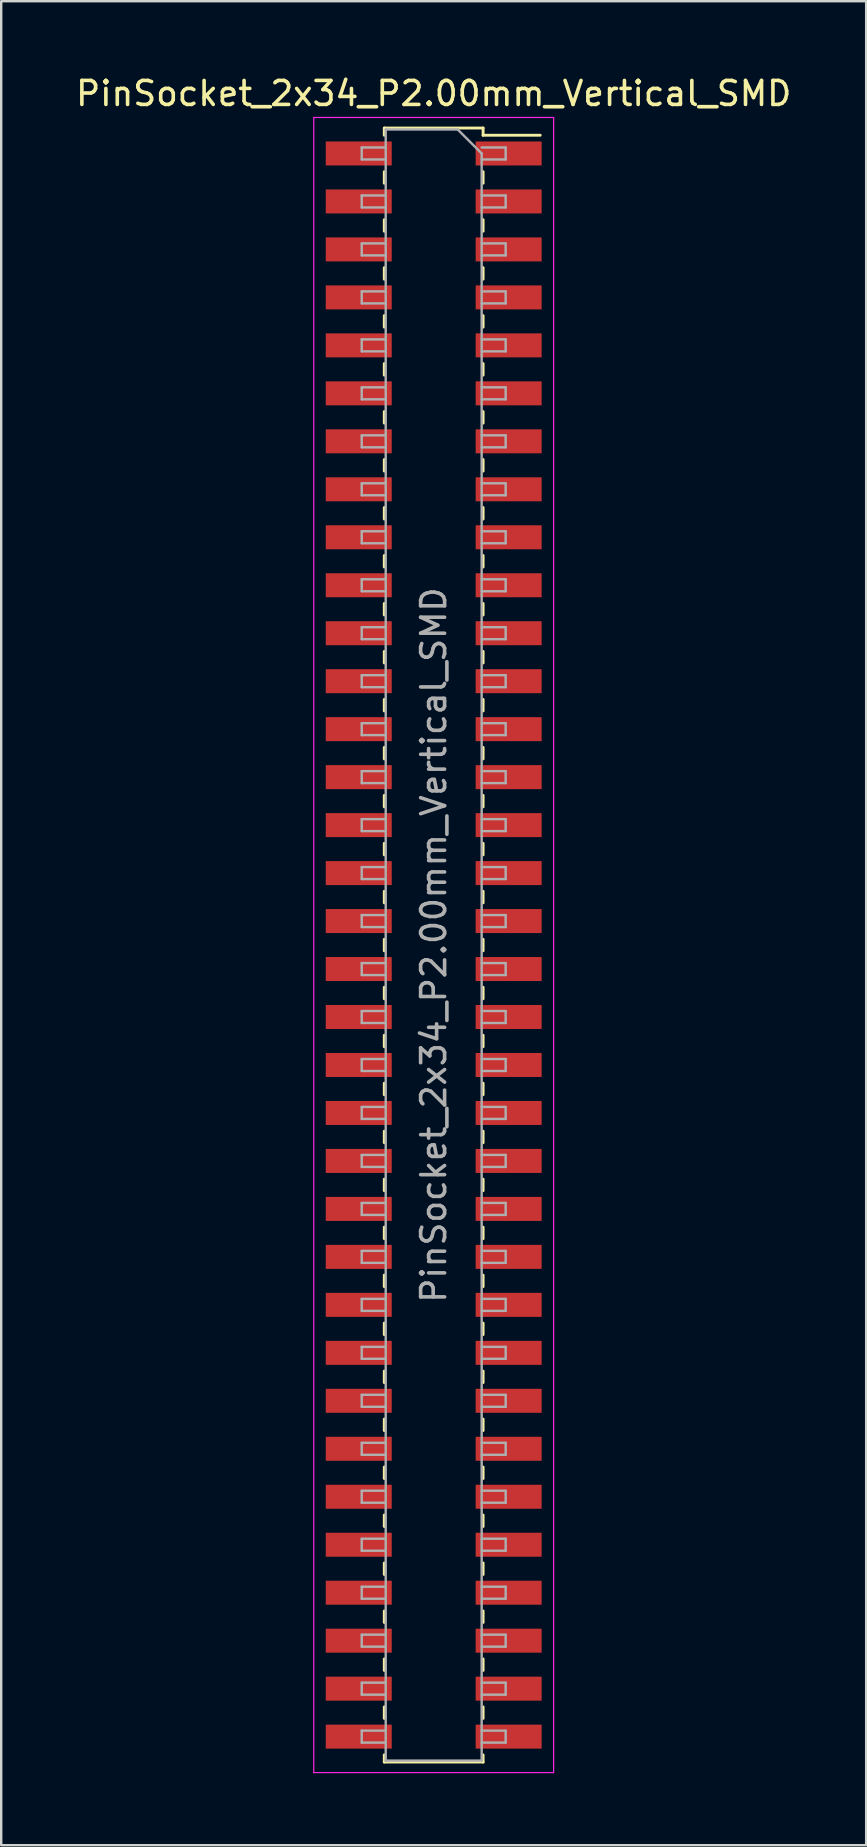
<source format=kicad_pcb>
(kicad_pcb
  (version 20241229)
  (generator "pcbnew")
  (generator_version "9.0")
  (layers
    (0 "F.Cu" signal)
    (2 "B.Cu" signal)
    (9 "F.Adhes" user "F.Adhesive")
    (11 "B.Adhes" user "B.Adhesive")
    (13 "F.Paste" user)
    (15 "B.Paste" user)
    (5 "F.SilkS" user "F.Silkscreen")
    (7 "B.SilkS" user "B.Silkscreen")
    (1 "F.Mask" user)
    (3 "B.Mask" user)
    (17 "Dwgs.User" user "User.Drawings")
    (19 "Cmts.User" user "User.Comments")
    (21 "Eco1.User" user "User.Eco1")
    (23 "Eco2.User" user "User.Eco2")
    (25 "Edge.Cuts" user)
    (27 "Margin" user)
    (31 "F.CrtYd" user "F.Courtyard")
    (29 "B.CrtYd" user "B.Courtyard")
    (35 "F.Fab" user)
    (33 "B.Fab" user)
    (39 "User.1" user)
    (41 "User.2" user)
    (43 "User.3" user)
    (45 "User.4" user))
  (footprint "PinSocket_2x34_P2.00mm_Vertical_SMD"
    (layer "F.Cu")
    (at 15.03 36.348)
    (property "Reference" "PinSocket_2x34_P2.00mm_Vertical_SMD" (at 0 -35.5 0) (layer "F.SilkS") (effects (font (size 1 1) (thickness 0.15))))
    (attr smd)
    (fp_line (start -2.06 -34.06) (end -2.06 -33.76) (stroke (width 0.12) (type solid)) (layer "F.SilkS"))
    (fp_line (start -2.06 -34.06) (end 2.06 -34.06) (stroke (width 0.12) (type solid)) (layer "F.SilkS"))
    (fp_line (start -2.06 -32.24) (end -2.06 -31.76) (stroke (width 0.12) (type solid)) (layer "F.SilkS"))
    (fp_line (start -2.06 -30.24) (end -2.06 -29.76) (stroke (width 0.12) (type solid)) (layer "F.SilkS"))
    (fp_line (start -2.06 -28.24) (end -2.06 -27.76) (stroke (width 0.12) (type solid)) (layer "F.SilkS"))
    (fp_line (start -2.06 -26.24) (end -2.06 -25.76) (stroke (width 0.12) (type solid)) (layer "F.SilkS"))
    (fp_line (start -2.06 -24.24) (end -2.06 -23.76) (stroke (width 0.12) (type solid)) (layer "F.SilkS"))
    (fp_line (start -2.06 -22.24) (end -2.06 -21.76) (stroke (width 0.12) (type solid)) (layer "F.SilkS"))
    (fp_line (start -2.06 -20.24) (end -2.06 -19.76) (stroke (width 0.12) (type solid)) (layer "F.SilkS"))
    (fp_line (start -2.06 -18.24) (end -2.06 -17.76) (stroke (width 0.12) (type solid)) (layer "F.SilkS"))
    (fp_line (start -2.06 -16.24) (end -2.06 -15.76) (stroke (width 0.12) (type solid)) (layer "F.SilkS"))
    (fp_line (start -2.06 -14.24) (end -2.06 -13.76) (stroke (width 0.12) (type solid)) (layer "F.SilkS"))
    (fp_line (start -2.06 -12.24) (end -2.06 -11.76) (stroke (width 0.12) (type solid)) (layer "F.SilkS"))
    (fp_line (start -2.06 -10.24) (end -2.06 -9.76) (stroke (width 0.12) (type solid)) (layer "F.SilkS"))
    (fp_line (start -2.06 -8.24) (end -2.06 -7.76) (stroke (width 0.12) (type solid)) (layer "F.SilkS"))
    (fp_line (start -2.06 -6.24) (end -2.06 -5.76) (stroke (width 0.12) (type solid)) (layer "F.SilkS"))
    (fp_line (start -2.06 -4.24) (end -2.06 -3.76) (stroke (width 0.12) (type solid)) (layer "F.SilkS"))
    (fp_line (start -2.06 -2.24) (end -2.06 -1.76) (stroke (width 0.12) (type solid)) (layer "F.SilkS"))
    (fp_line (start -2.06 -0.24) (end -2.06 0.24) (stroke (width 0.12) (type solid)) (layer "F.SilkS"))
    (fp_line (start -2.06 1.76) (end -2.06 2.24) (stroke (width 0.12) (type solid)) (layer "F.SilkS"))
    (fp_line (start -2.06 3.76) (end -2.06 4.24) (stroke (width 0.12) (type solid)) (layer "F.SilkS"))
    (fp_line (start -2.06 5.76) (end -2.06 6.24) (stroke (width 0.12) (type solid)) (layer "F.SilkS"))
    (fp_line (start -2.06 7.76) (end -2.06 8.24) (stroke (width 0.12) (type solid)) (layer "F.SilkS"))
    (fp_line (start -2.06 9.76) (end -2.06 10.24) (stroke (width 0.12) (type solid)) (layer "F.SilkS"))
    (fp_line (start -2.06 11.76) (end -2.06 12.24) (stroke (width 0.12) (type solid)) (layer "F.SilkS"))
    (fp_line (start -2.06 13.76) (end -2.06 14.24) (stroke (width 0.12) (type solid)) (layer "F.SilkS"))
    (fp_line (start -2.06 15.76) (end -2.06 16.24) (stroke (width 0.12) (type solid)) (layer "F.SilkS"))
    (fp_line (start -2.06 17.76) (end -2.06 18.24) (stroke (width 0.12) (type solid)) (layer "F.SilkS"))
    (fp_line (start -2.06 19.76) (end -2.06 20.24) (stroke (width 0.12) (type solid)) (layer "F.SilkS"))
    (fp_line (start -2.06 21.76) (end -2.06 22.24) (stroke (width 0.12) (type solid)) (layer "F.SilkS"))
    (fp_line (start -2.06 23.76) (end -2.06 24.24) (stroke (width 0.12) (type solid)) (layer "F.SilkS"))
    (fp_line (start -2.06 25.76) (end -2.06 26.24) (stroke (width 0.12) (type solid)) (layer "F.SilkS"))
    (fp_line (start -2.06 27.76) (end -2.06 28.24) (stroke (width 0.12) (type solid)) (layer "F.SilkS"))
    (fp_line (start -2.06 29.76) (end -2.06 30.24) (stroke (width 0.12) (type solid)) (layer "F.SilkS"))
    (fp_line (start -2.06 31.76) (end -2.06 32.24) (stroke (width 0.12) (type solid)) (layer "F.SilkS"))
    (fp_line (start -2.06 33.76) (end -2.06 34.06) (stroke (width 0.12) (type solid)) (layer "F.SilkS"))
    (fp_line (start -2.06 34.06) (end 2.06 34.06) (stroke (width 0.12) (type solid)) (layer "F.SilkS"))
    (fp_line (start 2.06 -34.06) (end 2.06 -33.76) (stroke (width 0.12) (type solid)) (layer "F.SilkS"))
    (fp_line (start 2.06 -33.76) (end 4.44 -33.76) (stroke (width 0.12) (type solid)) (layer "F.SilkS"))
    (fp_line (start 2.06 -32.24) (end 2.06 -31.76) (stroke (width 0.12) (type solid)) (layer "F.SilkS"))
    (fp_line (start 2.06 -30.24) (end 2.06 -29.76) (stroke (width 0.12) (type solid)) (layer "F.SilkS"))
    (fp_line (start 2.06 -28.24) (end 2.06 -27.76) (stroke (width 0.12) (type solid)) (layer "F.SilkS"))
    (fp_line (start 2.06 -26.24) (end 2.06 -25.76) (stroke (width 0.12) (type solid)) (layer "F.SilkS"))
    (fp_line (start 2.06 -24.24) (end 2.06 -23.76) (stroke (width 0.12) (type solid)) (layer "F.SilkS"))
    (fp_line (start 2.06 -22.24) (end 2.06 -21.76) (stroke (width 0.12) (type solid)) (layer "F.SilkS"))
    (fp_line (start 2.06 -20.24) (end 2.06 -19.76) (stroke (width 0.12) (type solid)) (layer "F.SilkS"))
    (fp_line (start 2.06 -18.24) (end 2.06 -17.76) (stroke (width 0.12) (type solid)) (layer "F.SilkS"))
    (fp_line (start 2.06 -16.24) (end 2.06 -15.76) (stroke (width 0.12) (type solid)) (layer "F.SilkS"))
    (fp_line (start 2.06 -14.24) (end 2.06 -13.76) (stroke (width 0.12) (type solid)) (layer "F.SilkS"))
    (fp_line (start 2.06 -12.24) (end 2.06 -11.76) (stroke (width 0.12) (type solid)) (layer "F.SilkS"))
    (fp_line (start 2.06 -10.24) (end 2.06 -9.76) (stroke (width 0.12) (type solid)) (layer "F.SilkS"))
    (fp_line (start 2.06 -8.24) (end 2.06 -7.76) (stroke (width 0.12) (type solid)) (layer "F.SilkS"))
    (fp_line (start 2.06 -6.24) (end 2.06 -5.76) (stroke (width 0.12) (type solid)) (layer "F.SilkS"))
    (fp_line (start 2.06 -4.24) (end 2.06 -3.76) (stroke (width 0.12) (type solid)) (layer "F.SilkS"))
    (fp_line (start 2.06 -2.24) (end 2.06 -1.76) (stroke (width 0.12) (type solid)) (layer "F.SilkS"))
    (fp_line (start 2.06 -0.24) (end 2.06 0.24) (stroke (width 0.12) (type solid)) (layer "F.SilkS"))
    (fp_line (start 2.06 1.76) (end 2.06 2.24) (stroke (width 0.12) (type solid)) (layer "F.SilkS"))
    (fp_line (start 2.06 3.76) (end 2.06 4.24) (stroke (width 0.12) (type solid)) (layer "F.SilkS"))
    (fp_line (start 2.06 5.76) (end 2.06 6.24) (stroke (width 0.12) (type solid)) (layer "F.SilkS"))
    (fp_line (start 2.06 7.76) (end 2.06 8.24) (stroke (width 0.12) (type solid)) (layer "F.SilkS"))
    (fp_line (start 2.06 9.76) (end 2.06 10.24) (stroke (width 0.12) (type solid)) (layer "F.SilkS"))
    (fp_line (start 2.06 11.76) (end 2.06 12.24) (stroke (width 0.12) (type solid)) (layer "F.SilkS"))
    (fp_line (start 2.06 13.76) (end 2.06 14.24) (stroke (width 0.12) (type solid)) (layer "F.SilkS"))
    (fp_line (start 2.06 15.76) (end 2.06 16.24) (stroke (width 0.12) (type solid)) (layer "F.SilkS"))
    (fp_line (start 2.06 17.76) (end 2.06 18.24) (stroke (width 0.12) (type solid)) (layer "F.SilkS"))
    (fp_line (start 2.06 19.76) (end 2.06 20.24) (stroke (width 0.12) (type solid)) (layer "F.SilkS"))
    (fp_line (start 2.06 21.76) (end 2.06 22.24) (stroke (width 0.12) (type solid)) (layer "F.SilkS"))
    (fp_line (start 2.06 23.76) (end 2.06 24.24) (stroke (width 0.12) (type solid)) (layer "F.SilkS"))
    (fp_line (start 2.06 25.76) (end 2.06 26.24) (stroke (width 0.12) (type solid)) (layer "F.SilkS"))
    (fp_line (start 2.06 27.76) (end 2.06 28.24) (stroke (width 0.12) (type solid)) (layer "F.SilkS"))
    (fp_line (start 2.06 29.76) (end 2.06 30.24) (stroke (width 0.12) (type solid)) (layer "F.SilkS"))
    (fp_line (start 2.06 31.76) (end 2.06 32.24) (stroke (width 0.12) (type solid)) (layer "F.SilkS"))
    (fp_line (start 2.06 33.76) (end 2.06 34.06) (stroke (width 0.12) (type solid)) (layer "F.SilkS"))
    (fp_line (start -5 -34.5) (end 5 -34.5) (stroke (width 0.05) (type solid)) (layer "F.CrtYd"))
    (fp_line (start -5 34.5) (end -5 -34.5) (stroke (width 0.05) (type solid)) (layer "F.CrtYd"))
    (fp_line (start 5 -34.5) (end 5 34.5) (stroke (width 0.05) (type solid)) (layer "F.CrtYd"))
    (fp_line (start 5 34.5) (end -5 34.5) (stroke (width 0.05) (type solid)) (layer "F.CrtYd"))
    (fp_line (start -3 -33.25) (end -2 -33.25) (stroke (width 0.1) (type solid)) (layer "F.Fab"))
    (fp_line (start -3 -32.75) (end -3 -33.25) (stroke (width 0.1) (type solid)) (layer "F.Fab"))
    (fp_line (start -3 -31.25) (end -2 -31.25) (stroke (width 0.1) (type solid)) (layer "F.Fab"))
    (fp_line (start -3 -30.75) (end -3 -31.25) (stroke (width 0.1) (type solid)) (layer "F.Fab"))
    (fp_line (start -3 -29.25) (end -2 -29.25) (stroke (width 0.1) (type solid)) (layer "F.Fab"))
    (fp_line (start -3 -28.75) (end -3 -29.25) (stroke (width 0.1) (type solid)) (layer "F.Fab"))
    (fp_line (start -3 -27.25) (end -2 -27.25) (stroke (width 0.1) (type solid)) (layer "F.Fab"))
    (fp_line (start -3 -26.75) (end -3 -27.25) (stroke (width 0.1) (type solid)) (layer "F.Fab"))
    (fp_line (start -3 -25.25) (end -2 -25.25) (stroke (width 0.1) (type solid)) (layer "F.Fab"))
    (fp_line (start -3 -24.75) (end -3 -25.25) (stroke (width 0.1) (type solid)) (layer "F.Fab"))
    (fp_line (start -3 -23.25) (end -2 -23.25) (stroke (width 0.1) (type solid)) (layer "F.Fab"))
    (fp_line (start -3 -22.75) (end -3 -23.25) (stroke (width 0.1) (type solid)) (layer "F.Fab"))
    (fp_line (start -3 -21.25) (end -2 -21.25) (stroke (width 0.1) (type solid)) (layer "F.Fab"))
    (fp_line (start -3 -20.75) (end -3 -21.25) (stroke (width 0.1) (type solid)) (layer "F.Fab"))
    (fp_line (start -3 -19.25) (end -2 -19.25) (stroke (width 0.1) (type solid)) (layer "F.Fab"))
    (fp_line (start -3 -18.75) (end -3 -19.25) (stroke (width 0.1) (type solid)) (layer "F.Fab"))
    (fp_line (start -3 -17.25) (end -2 -17.25) (stroke (width 0.1) (type solid)) (layer "F.Fab"))
    (fp_line (start -3 -16.75) (end -3 -17.25) (stroke (width 0.1) (type solid)) (layer "F.Fab"))
    (fp_line (start -3 -15.25) (end -2 -15.25) (stroke (width 0.1) (type solid)) (layer "F.Fab"))
    (fp_line (start -3 -14.75) (end -3 -15.25) (stroke (width 0.1) (type solid)) (layer "F.Fab"))
    (fp_line (start -3 -13.25) (end -2 -13.25) (stroke (width 0.1) (type solid)) (layer "F.Fab"))
    (fp_line (start -3 -12.75) (end -3 -13.25) (stroke (width 0.1) (type solid)) (layer "F.Fab"))
    (fp_line (start -3 -11.25) (end -2 -11.25) (stroke (width 0.1) (type solid)) (layer "F.Fab"))
    (fp_line (start -3 -10.75) (end -3 -11.25) (stroke (width 0.1) (type solid)) (layer "F.Fab"))
    (fp_line (start -3 -9.25) (end -2 -9.25) (stroke (width 0.1) (type solid)) (layer "F.Fab"))
    (fp_line (start -3 -8.75) (end -3 -9.25) (stroke (width 0.1) (type solid)) (layer "F.Fab"))
    (fp_line (start -3 -7.25) (end -2 -7.25) (stroke (width 0.1) (type solid)) (layer "F.Fab"))
    (fp_line (start -3 -6.75) (end -3 -7.25) (stroke (width 0.1) (type solid)) (layer "F.Fab"))
    (fp_line (start -3 -5.25) (end -2 -5.25) (stroke (width 0.1) (type solid)) (layer "F.Fab"))
    (fp_line (start -3 -4.75) (end -3 -5.25) (stroke (width 0.1) (type solid)) (layer "F.Fab"))
    (fp_line (start -3 -3.25) (end -2 -3.25) (stroke (width 0.1) (type solid)) (layer "F.Fab"))
    (fp_line (start -3 -2.75) (end -3 -3.25) (stroke (width 0.1) (type solid)) (layer "F.Fab"))
    (fp_line (start -3 -1.25) (end -2 -1.25) (stroke (width 0.1) (type solid)) (layer "F.Fab"))
    (fp_line (start -3 -0.75) (end -3 -1.25) (stroke (width 0.1) (type solid)) (layer "F.Fab"))
    (fp_line (start -3 0.75) (end -2 0.75) (stroke (width 0.1) (type solid)) (layer "F.Fab"))
    (fp_line (start -3 1.25) (end -3 0.75) (stroke (width 0.1) (type solid)) (layer "F.Fab"))
    (fp_line (start -3 2.75) (end -2 2.75) (stroke (width 0.1) (type solid)) (layer "F.Fab"))
    (fp_line (start -3 3.25) (end -3 2.75) (stroke (width 0.1) (type solid)) (layer "F.Fab"))
    (fp_line (start -3 4.75) (end -2 4.75) (stroke (width 0.1) (type solid)) (layer "F.Fab"))
    (fp_line (start -3 5.25) (end -3 4.75) (stroke (width 0.1) (type solid)) (layer "F.Fab"))
    (fp_line (start -3 6.75) (end -2 6.75) (stroke (width 0.1) (type solid)) (layer "F.Fab"))
    (fp_line (start -3 7.25) (end -3 6.75) (stroke (width 0.1) (type solid)) (layer "F.Fab"))
    (fp_line (start -3 8.75) (end -2 8.75) (stroke (width 0.1) (type solid)) (layer "F.Fab"))
    (fp_line (start -3 9.25) (end -3 8.75) (stroke (width 0.1) (type solid)) (layer "F.Fab"))
    (fp_line (start -3 10.75) (end -2 10.75) (stroke (width 0.1) (type solid)) (layer "F.Fab"))
    (fp_line (start -3 11.25) (end -3 10.75) (stroke (width 0.1) (type solid)) (layer "F.Fab"))
    (fp_line (start -3 12.75) (end -2 12.75) (stroke (width 0.1) (type solid)) (layer "F.Fab"))
    (fp_line (start -3 13.25) (end -3 12.75) (stroke (width 0.1) (type solid)) (layer "F.Fab"))
    (fp_line (start -3 14.75) (end -2 14.75) (stroke (width 0.1) (type solid)) (layer "F.Fab"))
    (fp_line (start -3 15.25) (end -3 14.75) (stroke (width 0.1) (type solid)) (layer "F.Fab"))
    (fp_line (start -3 16.75) (end -2 16.75) (stroke (width 0.1) (type solid)) (layer "F.Fab"))
    (fp_line (start -3 17.25) (end -3 16.75) (stroke (width 0.1) (type solid)) (layer "F.Fab"))
    (fp_line (start -3 18.75) (end -2 18.75) (stroke (width 0.1) (type solid)) (layer "F.Fab"))
    (fp_line (start -3 19.25) (end -3 18.75) (stroke (width 0.1) (type solid)) (layer "F.Fab"))
    (fp_line (start -3 20.75) (end -2 20.75) (stroke (width 0.1) (type solid)) (layer "F.Fab"))
    (fp_line (start -3 21.25) (end -3 20.75) (stroke (width 0.1) (type solid)) (layer "F.Fab"))
    (fp_line (start -3 22.75) (end -2 22.75) (stroke (width 0.1) (type solid)) (layer "F.Fab"))
    (fp_line (start -3 23.25) (end -3 22.75) (stroke (width 0.1) (type solid)) (layer "F.Fab"))
    (fp_line (start -3 24.75) (end -2 24.75) (stroke (width 0.1) (type solid)) (layer "F.Fab"))
    (fp_line (start -3 25.25) (end -3 24.75) (stroke (width 0.1) (type solid)) (layer "F.Fab"))
    (fp_line (start -3 26.75) (end -2 26.75) (stroke (width 0.1) (type solid)) (layer "F.Fab"))
    (fp_line (start -3 27.25) (end -3 26.75) (stroke (width 0.1) (type solid)) (layer "F.Fab"))
    (fp_line (start -3 28.75) (end -2 28.75) (stroke (width 0.1) (type solid)) (layer "F.Fab"))
    (fp_line (start -3 29.25) (end -3 28.75) (stroke (width 0.1) (type solid)) (layer "F.Fab"))
    (fp_line (start -3 30.75) (end -2 30.75) (stroke (width 0.1) (type solid)) (layer "F.Fab"))
    (fp_line (start -3 31.25) (end -3 30.75) (stroke (width 0.1) (type solid)) (layer "F.Fab"))
    (fp_line (start -3 32.75) (end -2 32.75) (stroke (width 0.1) (type solid)) (layer "F.Fab"))
    (fp_line (start -3 33.25) (end -3 32.75) (stroke (width 0.1) (type solid)) (layer "F.Fab"))
    (fp_line (start -2 -34) (end 1 -34) (stroke (width 0.1) (type solid)) (layer "F.Fab"))
    (fp_line (start -2 -32.75) (end -3 -32.75) (stroke (width 0.1) (type solid)) (layer "F.Fab"))
    (fp_line (start -2 -30.75) (end -3 -30.75) (stroke (width 0.1) (type solid)) (layer "F.Fab"))
    (fp_line (start -2 -28.75) (end -3 -28.75) (stroke (width 0.1) (type solid)) (layer "F.Fab"))
    (fp_line (start -2 -26.75) (end -3 -26.75) (stroke (width 0.1) (type solid)) (layer "F.Fab"))
    (fp_line (start -2 -24.75) (end -3 -24.75) (stroke (width 0.1) (type solid)) (layer "F.Fab"))
    (fp_line (start -2 -22.75) (end -3 -22.75) (stroke (width 0.1) (type solid)) (layer "F.Fab"))
    (fp_line (start -2 -20.75) (end -3 -20.75) (stroke (width 0.1) (type solid)) (layer "F.Fab"))
    (fp_line (start -2 -18.75) (end -3 -18.75) (stroke (width 0.1) (type solid)) (layer "F.Fab"))
    (fp_line (start -2 -16.75) (end -3 -16.75) (stroke (width 0.1) (type solid)) (layer "F.Fab"))
    (fp_line (start -2 -14.75) (end -3 -14.75) (stroke (width 0.1) (type solid)) (layer "F.Fab"))
    (fp_line (start -2 -12.75) (end -3 -12.75) (stroke (width 0.1) (type solid)) (layer "F.Fab"))
    (fp_line (start -2 -10.75) (end -3 -10.75) (stroke (width 0.1) (type solid)) (layer "F.Fab"))
    (fp_line (start -2 -8.75) (end -3 -8.75) (stroke (width 0.1) (type solid)) (layer "F.Fab"))
    (fp_line (start -2 -6.75) (end -3 -6.75) (stroke (width 0.1) (type solid)) (layer "F.Fab"))
    (fp_line (start -2 -4.75) (end -3 -4.75) (stroke (width 0.1) (type solid)) (layer "F.Fab"))
    (fp_line (start -2 -2.75) (end -3 -2.75) (stroke (width 0.1) (type solid)) (layer "F.Fab"))
    (fp_line (start -2 -0.75) (end -3 -0.75) (stroke (width 0.1) (type solid)) (layer "F.Fab"))
    (fp_line (start -2 1.25) (end -3 1.25) (stroke (width 0.1) (type solid)) (layer "F.Fab"))
    (fp_line (start -2 3.25) (end -3 3.25) (stroke (width 0.1) (type solid)) (layer "F.Fab"))
    (fp_line (start -2 5.25) (end -3 5.25) (stroke (width 0.1) (type solid)) (layer "F.Fab"))
    (fp_line (start -2 7.25) (end -3 7.25) (stroke (width 0.1) (type solid)) (layer "F.Fab"))
    (fp_line (start -2 9.25) (end -3 9.25) (stroke (width 0.1) (type solid)) (layer "F.Fab"))
    (fp_line (start -2 11.25) (end -3 11.25) (stroke (width 0.1) (type solid)) (layer "F.Fab"))
    (fp_line (start -2 13.25) (end -3 13.25) (stroke (width 0.1) (type solid)) (layer "F.Fab"))
    (fp_line (start -2 15.25) (end -3 15.25) (stroke (width 0.1) (type solid)) (layer "F.Fab"))
    (fp_line (start -2 17.25) (end -3 17.25) (stroke (width 0.1) (type solid)) (layer "F.Fab"))
    (fp_line (start -2 19.25) (end -3 19.25) (stroke (width 0.1) (type solid)) (layer "F.Fab"))
    (fp_line (start -2 21.25) (end -3 21.25) (stroke (width 0.1) (type solid)) (layer "F.Fab"))
    (fp_line (start -2 23.25) (end -3 23.25) (stroke (width 0.1) (type solid)) (layer "F.Fab"))
    (fp_line (start -2 25.25) (end -3 25.25) (stroke (width 0.1) (type solid)) (layer "F.Fab"))
    (fp_line (start -2 27.25) (end -3 27.25) (stroke (width 0.1) (type solid)) (layer "F.Fab"))
    (fp_line (start -2 29.25) (end -3 29.25) (stroke (width 0.1) (type solid)) (layer "F.Fab"))
    (fp_line (start -2 31.25) (end -3 31.25) (stroke (width 0.1) (type solid)) (layer "F.Fab"))
    (fp_line (start -2 33.25) (end -3 33.25) (stroke (width 0.1) (type solid)) (layer "F.Fab"))
    (fp_line (start -2 34) (end -2 -34) (stroke (width 0.1) (type solid)) (layer "F.Fab"))
    (fp_line (start 1 -34) (end 2 -33) (stroke (width 0.1) (type solid)) (layer "F.Fab"))
    (fp_line (start 2 -33.25) (end 3 -33.25) (stroke (width 0.1) (type solid)) (layer "F.Fab"))
    (fp_line (start 2 -33) (end 2 34) (stroke (width 0.1) (type solid)) (layer "F.Fab"))
    (fp_line (start 2 -31.25) (end 3 -31.25) (stroke (width 0.1) (type solid)) (layer "F.Fab"))
    (fp_line (start 2 -29.25) (end 3 -29.25) (stroke (width 0.1) (type solid)) (layer "F.Fab"))
    (fp_line (start 2 -27.25) (end 3 -27.25) (stroke (width 0.1) (type solid)) (layer "F.Fab"))
    (fp_line (start 2 -25.25) (end 3 -25.25) (stroke (width 0.1) (type solid)) (layer "F.Fab"))
    (fp_line (start 2 -23.25) (end 3 -23.25) (stroke (width 0.1) (type solid)) (layer "F.Fab"))
    (fp_line (start 2 -21.25) (end 3 -21.25) (stroke (width 0.1) (type solid)) (layer "F.Fab"))
    (fp_line (start 2 -19.25) (end 3 -19.25) (stroke (width 0.1) (type solid)) (layer "F.Fab"))
    (fp_line (start 2 -17.25) (end 3 -17.25) (stroke (width 0.1) (type solid)) (layer "F.Fab"))
    (fp_line (start 2 -15.25) (end 3 -15.25) (stroke (width 0.1) (type solid)) (layer "F.Fab"))
    (fp_line (start 2 -13.25) (end 3 -13.25) (stroke (width 0.1) (type solid)) (layer "F.Fab"))
    (fp_line (start 2 -11.25) (end 3 -11.25) (stroke (width 0.1) (type solid)) (layer "F.Fab"))
    (fp_line (start 2 -9.25) (end 3 -9.25) (stroke (width 0.1) (type solid)) (layer "F.Fab"))
    (fp_line (start 2 -7.25) (end 3 -7.25) (stroke (width 0.1) (type solid)) (layer "F.Fab"))
    (fp_line (start 2 -5.25) (end 3 -5.25) (stroke (width 0.1) (type solid)) (layer "F.Fab"))
    (fp_line (start 2 -3.25) (end 3 -3.25) (stroke (width 0.1) (type solid)) (layer "F.Fab"))
    (fp_line (start 2 -1.25) (end 3 -1.25) (stroke (width 0.1) (type solid)) (layer "F.Fab"))
    (fp_line (start 2 0.75) (end 3 0.75) (stroke (width 0.1) (type solid)) (layer "F.Fab"))
    (fp_line (start 2 2.75) (end 3 2.75) (stroke (width 0.1) (type solid)) (layer "F.Fab"))
    (fp_line (start 2 4.75) (end 3 4.75) (stroke (width 0.1) (type solid)) (layer "F.Fab"))
    (fp_line (start 2 6.75) (end 3 6.75) (stroke (width 0.1) (type solid)) (layer "F.Fab"))
    (fp_line (start 2 8.75) (end 3 8.75) (stroke (width 0.1) (type solid)) (layer "F.Fab"))
    (fp_line (start 2 10.75) (end 3 10.75) (stroke (width 0.1) (type solid)) (layer "F.Fab"))
    (fp_line (start 2 12.75) (end 3 12.75) (stroke (width 0.1) (type solid)) (layer "F.Fab"))
    (fp_line (start 2 14.75) (end 3 14.75) (stroke (width 0.1) (type solid)) (layer "F.Fab"))
    (fp_line (start 2 16.75) (end 3 16.75) (stroke (width 0.1) (type solid)) (layer "F.Fab"))
    (fp_line (start 2 18.75) (end 3 18.75) (stroke (width 0.1) (type solid)) (layer "F.Fab"))
    (fp_line (start 2 20.75) (end 3 20.75) (stroke (width 0.1) (type solid)) (layer "F.Fab"))
    (fp_line (start 2 22.75) (end 3 22.75) (stroke (width 0.1) (type solid)) (layer "F.Fab"))
    (fp_line (start 2 24.75) (end 3 24.75) (stroke (width 0.1) (type solid)) (layer "F.Fab"))
    (fp_line (start 2 26.75) (end 3 26.75) (stroke (width 0.1) (type solid)) (layer "F.Fab"))
    (fp_line (start 2 28.75) (end 3 28.75) (stroke (width 0.1) (type solid)) (layer "F.Fab"))
    (fp_line (start 2 30.75) (end 3 30.75) (stroke (width 0.1) (type solid)) (layer "F.Fab"))
    (fp_line (start 2 32.75) (end 3 32.75) (stroke (width 0.1) (type solid)) (layer "F.Fab"))
    (fp_line (start 2 34) (end -2 34) (stroke (width 0.1) (type solid)) (layer "F.Fab"))
    (fp_line (start 3 -33.25) (end 3 -32.75) (stroke (width 0.1) (type solid)) (layer "F.Fab"))
    (fp_line (start 3 -32.75) (end 2 -32.75) (stroke (width 0.1) (type solid)) (layer "F.Fab"))
    (fp_line (start 3 -31.25) (end 3 -30.75) (stroke (width 0.1) (type solid)) (layer "F.Fab"))
    (fp_line (start 3 -30.75) (end 2 -30.75) (stroke (width 0.1) (type solid)) (layer "F.Fab"))
    (fp_line (start 3 -29.25) (end 3 -28.75) (stroke (width 0.1) (type solid)) (layer "F.Fab"))
    (fp_line (start 3 -28.75) (end 2 -28.75) (stroke (width 0.1) (type solid)) (layer "F.Fab"))
    (fp_line (start 3 -27.25) (end 3 -26.75) (stroke (width 0.1) (type solid)) (layer "F.Fab"))
    (fp_line (start 3 -26.75) (end 2 -26.75) (stroke (width 0.1) (type solid)) (layer "F.Fab"))
    (fp_line (start 3 -25.25) (end 3 -24.75) (stroke (width 0.1) (type solid)) (layer "F.Fab"))
    (fp_line (start 3 -24.75) (end 2 -24.75) (stroke (width 0.1) (type solid)) (layer "F.Fab"))
    (fp_line (start 3 -23.25) (end 3 -22.75) (stroke (width 0.1) (type solid)) (layer "F.Fab"))
    (fp_line (start 3 -22.75) (end 2 -22.75) (stroke (width 0.1) (type solid)) (layer "F.Fab"))
    (fp_line (start 3 -21.25) (end 3 -20.75) (stroke (width 0.1) (type solid)) (layer "F.Fab"))
    (fp_line (start 3 -20.75) (end 2 -20.75) (stroke (width 0.1) (type solid)) (layer "F.Fab"))
    (fp_line (start 3 -19.25) (end 3 -18.75) (stroke (width 0.1) (type solid)) (layer "F.Fab"))
    (fp_line (start 3 -18.75) (end 2 -18.75) (stroke (width 0.1) (type solid)) (layer "F.Fab"))
    (fp_line (start 3 -17.25) (end 3 -16.75) (stroke (width 0.1) (type solid)) (layer "F.Fab"))
    (fp_line (start 3 -16.75) (end 2 -16.75) (stroke (width 0.1) (type solid)) (layer "F.Fab"))
    (fp_line (start 3 -15.25) (end 3 -14.75) (stroke (width 0.1) (type solid)) (layer "F.Fab"))
    (fp_line (start 3 -14.75) (end 2 -14.75) (stroke (width 0.1) (type solid)) (layer "F.Fab"))
    (fp_line (start 3 -13.25) (end 3 -12.75) (stroke (width 0.1) (type solid)) (layer "F.Fab"))
    (fp_line (start 3 -12.75) (end 2 -12.75) (stroke (width 0.1) (type solid)) (layer "F.Fab"))
    (fp_line (start 3 -11.25) (end 3 -10.75) (stroke (width 0.1) (type solid)) (layer "F.Fab"))
    (fp_line (start 3 -10.75) (end 2 -10.75) (stroke (width 0.1) (type solid)) (layer "F.Fab"))
    (fp_line (start 3 -9.25) (end 3 -8.75) (stroke (width 0.1) (type solid)) (layer "F.Fab"))
    (fp_line (start 3 -8.75) (end 2 -8.75) (stroke (width 0.1) (type solid)) (layer "F.Fab"))
    (fp_line (start 3 -7.25) (end 3 -6.75) (stroke (width 0.1) (type solid)) (layer "F.Fab"))
    (fp_line (start 3 -6.75) (end 2 -6.75) (stroke (width 0.1) (type solid)) (layer "F.Fab"))
    (fp_line (start 3 -5.25) (end 3 -4.75) (stroke (width 0.1) (type solid)) (layer "F.Fab"))
    (fp_line (start 3 -4.75) (end 2 -4.75) (stroke (width 0.1) (type solid)) (layer "F.Fab"))
    (fp_line (start 3 -3.25) (end 3 -2.75) (stroke (width 0.1) (type solid)) (layer "F.Fab"))
    (fp_line (start 3 -2.75) (end 2 -2.75) (stroke (width 0.1) (type solid)) (layer "F.Fab"))
    (fp_line (start 3 -1.25) (end 3 -0.75) (stroke (width 0.1) (type solid)) (layer "F.Fab"))
    (fp_line (start 3 -0.75) (end 2 -0.75) (stroke (width 0.1) (type solid)) (layer "F.Fab"))
    (fp_line (start 3 0.75) (end 3 1.25) (stroke (width 0.1) (type solid)) (layer "F.Fab"))
    (fp_line (start 3 1.25) (end 2 1.25) (stroke (width 0.1) (type solid)) (layer "F.Fab"))
    (fp_line (start 3 2.75) (end 3 3.25) (stroke (width 0.1) (type solid)) (layer "F.Fab"))
    (fp_line (start 3 3.25) (end 2 3.25) (stroke (width 0.1) (type solid)) (layer "F.Fab"))
    (fp_line (start 3 4.75) (end 3 5.25) (stroke (width 0.1) (type solid)) (layer "F.Fab"))
    (fp_line (start 3 5.25) (end 2 5.25) (stroke (width 0.1) (type solid)) (layer "F.Fab"))
    (fp_line (start 3 6.75) (end 3 7.25) (stroke (width 0.1) (type solid)) (layer "F.Fab"))
    (fp_line (start 3 7.25) (end 2 7.25) (stroke (width 0.1) (type solid)) (layer "F.Fab"))
    (fp_line (start 3 8.75) (end 3 9.25) (stroke (width 0.1) (type solid)) (layer "F.Fab"))
    (fp_line (start 3 9.25) (end 2 9.25) (stroke (width 0.1) (type solid)) (layer "F.Fab"))
    (fp_line (start 3 10.75) (end 3 11.25) (stroke (width 0.1) (type solid)) (layer "F.Fab"))
    (fp_line (start 3 11.25) (end 2 11.25) (stroke (width 0.1) (type solid)) (layer "F.Fab"))
    (fp_line (start 3 12.75) (end 3 13.25) (stroke (width 0.1) (type solid)) (layer "F.Fab"))
    (fp_line (start 3 13.25) (end 2 13.25) (stroke (width 0.1) (type solid)) (layer "F.Fab"))
    (fp_line (start 3 14.75) (end 3 15.25) (stroke (width 0.1) (type solid)) (layer "F.Fab"))
    (fp_line (start 3 15.25) (end 2 15.25) (stroke (width 0.1) (type solid)) (layer "F.Fab"))
    (fp_line (start 3 16.75) (end 3 17.25) (stroke (width 0.1) (type solid)) (layer "F.Fab"))
    (fp_line (start 3 17.25) (end 2 17.25) (stroke (width 0.1) (type solid)) (layer "F.Fab"))
    (fp_line (start 3 18.75) (end 3 19.25) (stroke (width 0.1) (type solid)) (layer "F.Fab"))
    (fp_line (start 3 19.25) (end 2 19.25) (stroke (width 0.1) (type solid)) (layer "F.Fab"))
    (fp_line (start 3 20.75) (end 3 21.25) (stroke (width 0.1) (type solid)) (layer "F.Fab"))
    (fp_line (start 3 21.25) (end 2 21.25) (stroke (width 0.1) (type solid)) (layer "F.Fab"))
    (fp_line (start 3 22.75) (end 3 23.25) (stroke (width 0.1) (type solid)) (layer "F.Fab"))
    (fp_line (start 3 23.25) (end 2 23.25) (stroke (width 0.1) (type solid)) (layer "F.Fab"))
    (fp_line (start 3 24.75) (end 3 25.25) (stroke (width 0.1) (type solid)) (layer "F.Fab"))
    (fp_line (start 3 25.25) (end 2 25.25) (stroke (width 0.1) (type solid)) (layer "F.Fab"))
    (fp_line (start 3 26.75) (end 3 27.25) (stroke (width 0.1) (type solid)) (layer "F.Fab"))
    (fp_line (start 3 27.25) (end 2 27.25) (stroke (width 0.1) (type solid)) (layer "F.Fab"))
    (fp_line (start 3 28.75) (end 3 29.25) (stroke (width 0.1) (type solid)) (layer "F.Fab"))
    (fp_line (start 3 29.25) (end 2 29.25) (stroke (width 0.1) (type solid)) (layer "F.Fab"))
    (fp_line (start 3 30.75) (end 3 31.25) (stroke (width 0.1) (type solid)) (layer "F.Fab"))
    (fp_line (start 3 31.25) (end 2 31.25) (stroke (width 0.1) (type solid)) (layer "F.Fab"))
    (fp_line (start 3 32.75) (end 3 33.25) (stroke (width 0.1) (type solid)) (layer "F.Fab"))
    (fp_line (start 3 33.25) (end 2 33.25) (stroke (width 0.1) (type solid)) (layer "F.Fab"))
    (fp_text user "${REFERENCE}" (at 0 0 90) (layer "F.Fab") (effects (font (size 1 1) (thickness 0.15))))
    (pad "1" smd rect (at 3.125 -33) (size 2.75 1) (layers "F.Cu" "F.Mask" "F.Paste"))
    (pad "2" smd rect (at -3.125 -33) (size 2.75 1) (layers "F.Cu" "F.Mask" "F.Paste"))
    (pad "3" smd rect (at 3.125 -31) (size 2.75 1) (layers "F.Cu" "F.Mask" "F.Paste"))
    (pad "4" smd rect (at -3.125 -31) (size 2.75 1) (layers "F.Cu" "F.Mask" "F.Paste"))
    (pad "5" smd rect (at 3.125 -29) (size 2.75 1) (layers "F.Cu" "F.Mask" "F.Paste"))
    (pad "6" smd rect (at -3.125 -29) (size 2.75 1) (layers "F.Cu" "F.Mask" "F.Paste"))
    (pad "7" smd rect (at 3.125 -27) (size 2.75 1) (layers "F.Cu" "F.Mask" "F.Paste"))
    (pad "8" smd rect (at -3.125 -27) (size 2.75 1) (layers "F.Cu" "F.Mask" "F.Paste"))
    (pad "9" smd rect (at 3.125 -25) (size 2.75 1) (layers "F.Cu" "F.Mask" "F.Paste"))
    (pad "10" smd rect (at -3.125 -25) (size 2.75 1) (layers "F.Cu" "F.Mask" "F.Paste"))
    (pad "11" smd rect (at 3.125 -23) (size 2.75 1) (layers "F.Cu" "F.Mask" "F.Paste"))
    (pad "12" smd rect (at -3.125 -23) (size 2.75 1) (layers "F.Cu" "F.Mask" "F.Paste"))
    (pad "13" smd rect (at 3.125 -21) (size 2.75 1) (layers "F.Cu" "F.Mask" "F.Paste"))
    (pad "14" smd rect (at -3.125 -21) (size 2.75 1) (layers "F.Cu" "F.Mask" "F.Paste"))
    (pad "15" smd rect (at 3.125 -19) (size 2.75 1) (layers "F.Cu" "F.Mask" "F.Paste"))
    (pad "16" smd rect (at -3.125 -19) (size 2.75 1) (layers "F.Cu" "F.Mask" "F.Paste"))
    (pad "17" smd rect (at 3.125 -17) (size 2.75 1) (layers "F.Cu" "F.Mask" "F.Paste"))
    (pad "18" smd rect (at -3.125 -17) (size 2.75 1) (layers "F.Cu" "F.Mask" "F.Paste"))
    (pad "19" smd rect (at 3.125 -15) (size 2.75 1) (layers "F.Cu" "F.Mask" "F.Paste"))
    (pad "20" smd rect (at -3.125 -15) (size 2.75 1) (layers "F.Cu" "F.Mask" "F.Paste"))
    (pad "21" smd rect (at 3.125 -13) (size 2.75 1) (layers "F.Cu" "F.Mask" "F.Paste"))
    (pad "22" smd rect (at -3.125 -13) (size 2.75 1) (layers "F.Cu" "F.Mask" "F.Paste"))
    (pad "23" smd rect (at 3.125 -11) (size 2.75 1) (layers "F.Cu" "F.Mask" "F.Paste"))
    (pad "24" smd rect (at -3.125 -11) (size 2.75 1) (layers "F.Cu" "F.Mask" "F.Paste"))
    (pad "25" smd rect (at 3.125 -9) (size 2.75 1) (layers "F.Cu" "F.Mask" "F.Paste"))
    (pad "26" smd rect (at -3.125 -9) (size 2.75 1) (layers "F.Cu" "F.Mask" "F.Paste"))
    (pad "27" smd rect (at 3.125 -7) (size 2.75 1) (layers "F.Cu" "F.Mask" "F.Paste"))
    (pad "28" smd rect (at -3.125 -7) (size 2.75 1) (layers "F.Cu" "F.Mask" "F.Paste"))
    (pad "29" smd rect (at 3.125 -5) (size 2.75 1) (layers "F.Cu" "F.Mask" "F.Paste"))
    (pad "30" smd rect (at -3.125 -5) (size 2.75 1) (layers "F.Cu" "F.Mask" "F.Paste"))
    (pad "31" smd rect (at 3.125 -3) (size 2.75 1) (layers "F.Cu" "F.Mask" "F.Paste"))
    (pad "32" smd rect (at -3.125 -3) (size 2.75 1) (layers "F.Cu" "F.Mask" "F.Paste"))
    (pad "33" smd rect (at 3.125 -1) (size 2.75 1) (layers "F.Cu" "F.Mask" "F.Paste"))
    (pad "34" smd rect (at -3.125 -1) (size 2.75 1) (layers "F.Cu" "F.Mask" "F.Paste"))
    (pad "35" smd rect (at 3.125 1) (size 2.75 1) (layers "F.Cu" "F.Mask" "F.Paste"))
    (pad "36" smd rect (at -3.125 1) (size 2.75 1) (layers "F.Cu" "F.Mask" "F.Paste"))
    (pad "37" smd rect (at 3.125 3) (size 2.75 1) (layers "F.Cu" "F.Mask" "F.Paste"))
    (pad "38" smd rect (at -3.125 3) (size 2.75 1) (layers "F.Cu" "F.Mask" "F.Paste"))
    (pad "39" smd rect (at 3.125 5) (size 2.75 1) (layers "F.Cu" "F.Mask" "F.Paste"))
    (pad "40" smd rect (at -3.125 5) (size 2.75 1) (layers "F.Cu" "F.Mask" "F.Paste"))
    (pad "41" smd rect (at 3.125 7) (size 2.75 1) (layers "F.Cu" "F.Mask" "F.Paste"))
    (pad "42" smd rect (at -3.125 7) (size 2.75 1) (layers "F.Cu" "F.Mask" "F.Paste"))
    (pad "43" smd rect (at 3.125 9) (size 2.75 1) (layers "F.Cu" "F.Mask" "F.Paste"))
    (pad "44" smd rect (at -3.125 9) (size 2.75 1) (layers "F.Cu" "F.Mask" "F.Paste"))
    (pad "45" smd rect (at 3.125 11) (size 2.75 1) (layers "F.Cu" "F.Mask" "F.Paste"))
    (pad "46" smd rect (at -3.125 11) (size 2.75 1) (layers "F.Cu" "F.Mask" "F.Paste"))
    (pad "47" smd rect (at 3.125 13) (size 2.75 1) (layers "F.Cu" "F.Mask" "F.Paste"))
    (pad "48" smd rect (at -3.125 13) (size 2.75 1) (layers "F.Cu" "F.Mask" "F.Paste"))
    (pad "49" smd rect (at 3.125 15) (size 2.75 1) (layers "F.Cu" "F.Mask" "F.Paste"))
    (pad "50" smd rect (at -3.125 15) (size 2.75 1) (layers "F.Cu" "F.Mask" "F.Paste"))
    (pad "51" smd rect (at 3.125 17) (size 2.75 1) (layers "F.Cu" "F.Mask" "F.Paste"))
    (pad "52" smd rect (at -3.125 17) (size 2.75 1) (layers "F.Cu" "F.Mask" "F.Paste"))
    (pad "53" smd rect (at 3.125 19) (size 2.75 1) (layers "F.Cu" "F.Mask" "F.Paste"))
    (pad "54" smd rect (at -3.125 19) (size 2.75 1) (layers "F.Cu" "F.Mask" "F.Paste"))
    (pad "55" smd rect (at 3.125 21) (size 2.75 1) (layers "F.Cu" "F.Mask" "F.Paste"))
    (pad "56" smd rect (at -3.125 21) (size 2.75 1) (layers "F.Cu" "F.Mask" "F.Paste"))
    (pad "57" smd rect (at 3.125 23) (size 2.75 1) (layers "F.Cu" "F.Mask" "F.Paste"))
    (pad "58" smd rect (at -3.125 23) (size 2.75 1) (layers "F.Cu" "F.Mask" "F.Paste"))
    (pad "59" smd rect (at 3.125 25) (size 2.75 1) (layers "F.Cu" "F.Mask" "F.Paste"))
    (pad "60" smd rect (at -3.125 25) (size 2.75 1) (layers "F.Cu" "F.Mask" "F.Paste"))
    (pad "61" smd rect (at 3.125 27) (size 2.75 1) (layers "F.Cu" "F.Mask" "F.Paste"))
    (pad "62" smd rect (at -3.125 27) (size 2.75 1) (layers "F.Cu" "F.Mask" "F.Paste"))
    (pad "63" smd rect (at 3.125 29) (size 2.75 1) (layers "F.Cu" "F.Mask" "F.Paste"))
    (pad "64" smd rect (at -3.125 29) (size 2.75 1) (layers "F.Cu" "F.Mask" "F.Paste"))
    (pad "65" smd rect (at 3.125 31) (size 2.75 1) (layers "F.Cu" "F.Mask" "F.Paste"))
    (pad "66" smd rect (at -3.125 31) (size 2.75 1) (layers "F.Cu" "F.Mask" "F.Paste"))
    (pad "67" smd rect (at 3.125 33) (size 2.75 1) (layers "F.Cu" "F.Mask" "F.Paste"))
    (pad "68" smd rect (at -3.125 33) (size 2.75 1) (layers "F.Cu" "F.Mask" "F.Paste")))
  (gr_rect
    (start -3 -3)
    (end 33.06 73.873)
    (stroke (width 0.1) (type default))
    (fill no)
    (layer "Edge.Cuts")))
</source>
